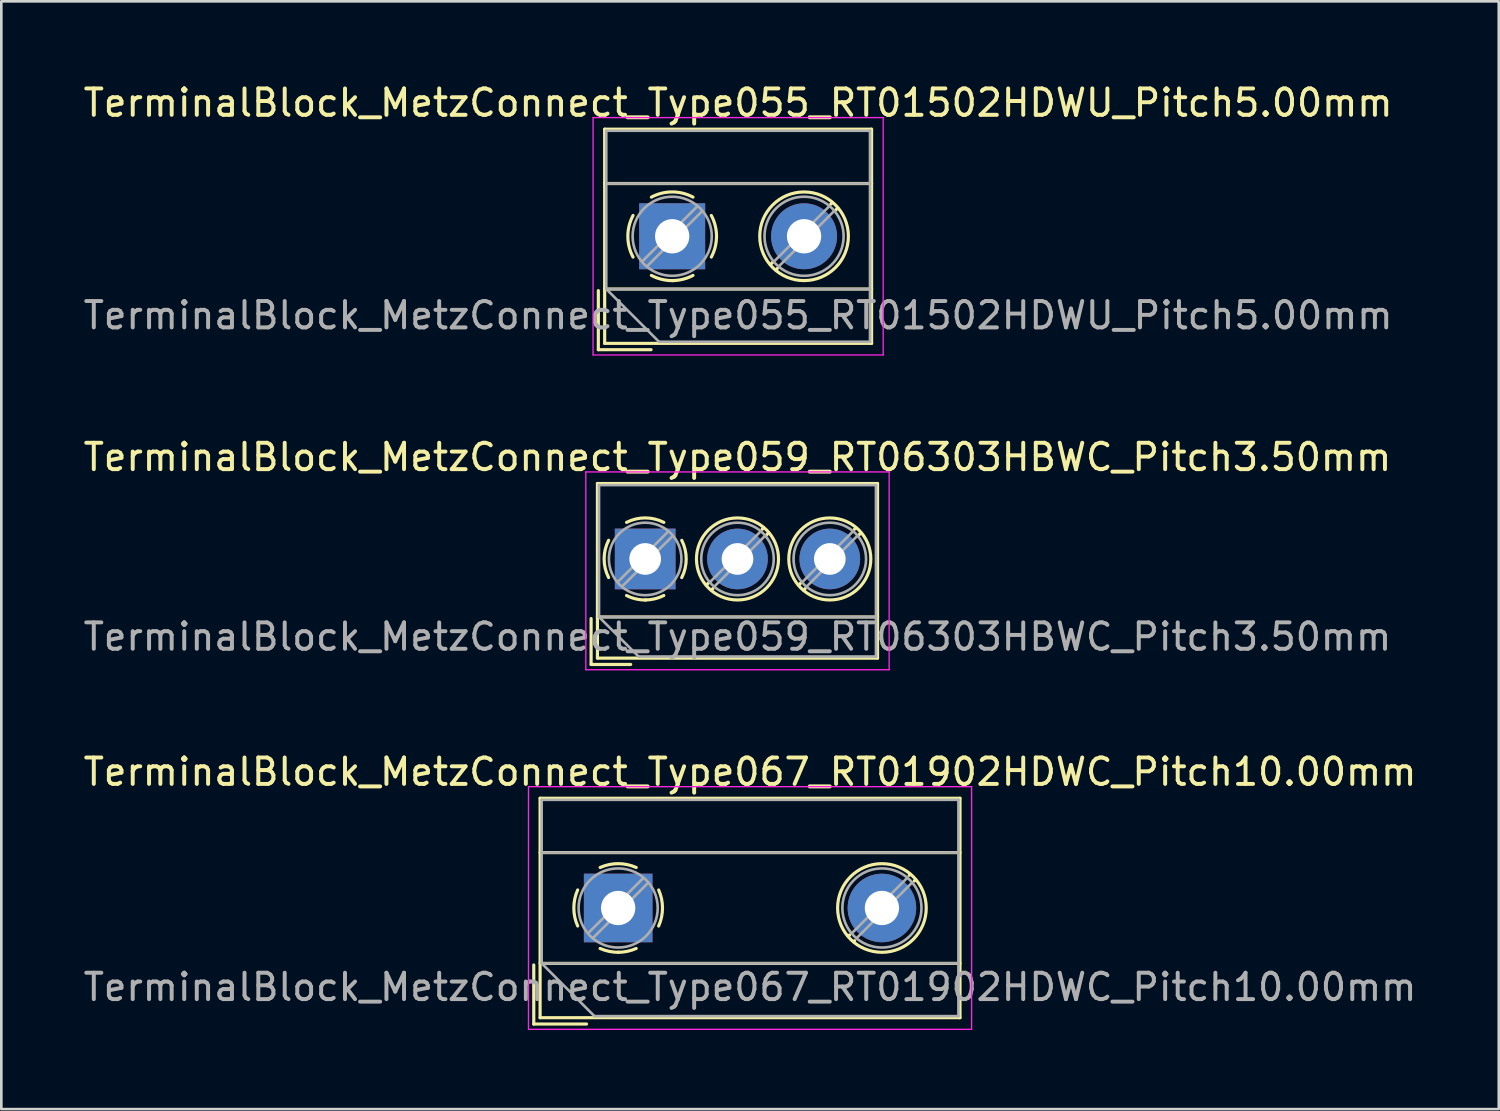
<source format=kicad_pcb>
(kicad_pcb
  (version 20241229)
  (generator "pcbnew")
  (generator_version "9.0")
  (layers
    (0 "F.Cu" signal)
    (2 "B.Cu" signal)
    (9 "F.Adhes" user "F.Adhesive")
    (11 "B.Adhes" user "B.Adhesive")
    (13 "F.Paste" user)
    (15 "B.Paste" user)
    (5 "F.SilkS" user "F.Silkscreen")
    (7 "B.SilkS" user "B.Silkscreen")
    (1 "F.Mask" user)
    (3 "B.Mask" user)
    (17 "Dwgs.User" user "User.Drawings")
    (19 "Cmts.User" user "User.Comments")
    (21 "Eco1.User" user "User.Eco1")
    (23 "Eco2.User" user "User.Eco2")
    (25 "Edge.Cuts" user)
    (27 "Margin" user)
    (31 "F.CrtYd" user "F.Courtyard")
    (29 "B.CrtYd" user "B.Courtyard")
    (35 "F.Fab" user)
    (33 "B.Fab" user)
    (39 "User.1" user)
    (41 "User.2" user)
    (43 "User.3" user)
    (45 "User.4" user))
  (footprint "TerminalBlock_MetzConnect_Type055_RT01502HDWU_Pitch5.00mm"
    (layer "F.Cu")
    (at 22.435 5.908)
    (property "Reference" "TerminalBlock_MetzConnect_Type055_RT01502HDWU_Pitch5.00mm" (at 2.5 -5.06 0) (layer "F.SilkS") (effects (font (size 1 1) (thickness 0.15))))
    (attr through_hole)
    (fp_line (start -2.8 2.06) (end -2.8 4.3) (stroke (width 0.12) (type solid)) (layer "F.SilkS"))
    (fp_line (start -2.8 4.3) (end -0.8 4.3) (stroke (width 0.12) (type solid)) (layer "F.SilkS"))
    (fp_line (start -2.56 -4.06) (end -2.56 4.06) (stroke (width 0.12) (type solid)) (layer "F.SilkS"))
    (fp_line (start -2.56 -2) (end 7.56 -2) (stroke (width 0.12) (type solid)) (layer "F.SilkS"))
    (fp_line (start -2.56 2) (end 7.56 2) (stroke (width 0.12) (type solid)) (layer "F.SilkS"))
    (fp_line (start -2.56 4.06) (end 7.56 4.06) (stroke (width 0.12) (type solid)) (layer "F.SilkS"))
    (fp_line (start 3.82 0.976) (end 3.726 1.069) (stroke (width 0.12) (type solid)) (layer "F.SilkS"))
    (fp_line (start 3.99 1.216) (end 3.931 1.274) (stroke (width 0.12) (type solid)) (layer "F.SilkS"))
    (fp_line (start 6.07 -1.275) (end 6.011 -1.216) (stroke (width 0.12) (type solid)) (layer "F.SilkS"))
    (fp_line (start 6.275 -1.069) (end 6.181 -0.976) (stroke (width 0.12) (type solid)) (layer "F.SilkS"))
    (fp_line (start 7.56 -4.06) (end -2.56 -4.06) (stroke (width 0.12) (type solid)) (layer "F.SilkS"))
    (fp_line (start 7.56 4.06) (end 7.56 -4.06) (stroke (width 0.12) (type solid)) (layer "F.SilkS"))
    (fp_arc (start -1.483953 0.789089) (mid -1.680708 0.00005) (end -1.484 -0.789) (stroke (width 0.12) (type solid)) (layer "F.SilkS"))
    (fp_arc (start -0.789089 -1.483953) (mid -0.00005 -1.680708) (end 0.789 -1.484) (stroke (width 0.12) (type solid)) (layer "F.SilkS"))
    (fp_arc (start 0.029383 1.68045) (mid -0.392304 1.634281) (end -0.789 1.484) (stroke (width 0.12) (type solid)) (layer "F.SilkS"))
    (fp_arc (start 0.788712 1.483352) (mid 0.406429 1.630097) (end 0 1.68) (stroke (width 0.12) (type solid)) (layer "F.SilkS"))
    (fp_arc (start 1.483953 -0.789089) (mid 1.680708 -0.00005) (end 1.484 0.789) (stroke (width 0.12) (type solid)) (layer "F.SilkS"))
    (fp_circle (center 5 0) (end 6.68 0) (stroke (width 0.12) (type solid)) (fill no) (layer "F.SilkS"))
    (fp_line (start -3 -4.5) (end -3 4.5) (stroke (width 0.05) (type solid)) (layer "F.CrtYd"))
    (fp_line (start -3 4.5) (end 8 4.5) (stroke (width 0.05) (type solid)) (layer "F.CrtYd"))
    (fp_line (start 8 -4.5) (end -3 -4.5) (stroke (width 0.05) (type solid)) (layer "F.CrtYd"))
    (fp_line (start 8 4.5) (end 8 -4.5) (stroke (width 0.05) (type solid)) (layer "F.CrtYd"))
    (fp_line (start -2.5 -4) (end 7.5 -4) (stroke (width 0.1) (type solid)) (layer "F.Fab"))
    (fp_line (start -2.5 -2) (end 7.5 -2) (stroke (width 0.1) (type solid)) (layer "F.Fab"))
    (fp_line (start -2.5 2) (end -2.5 -4) (stroke (width 0.1) (type solid)) (layer "F.Fab"))
    (fp_line (start -2.5 2) (end 7.5 2) (stroke (width 0.1) (type solid)) (layer "F.Fab"))
    (fp_line (start -0.5 4) (end -2.5 2) (stroke (width 0.1) (type solid)) (layer "F.Fab"))
    (fp_line (start 0.955 -1.138) (end -1.138 0.955) (stroke (width 0.1) (type solid)) (layer "F.Fab"))
    (fp_line (start 1.138 -0.955) (end -0.955 1.138) (stroke (width 0.1) (type solid)) (layer "F.Fab"))
    (fp_line (start 5.955 -1.138) (end 3.863 0.955) (stroke (width 0.1) (type solid)) (layer "F.Fab"))
    (fp_line (start 6.138 -0.955) (end 4.046 1.138) (stroke (width 0.1) (type solid)) (layer "F.Fab"))
    (fp_line (start 7.5 -4) (end 7.5 4) (stroke (width 0.1) (type solid)) (layer "F.Fab"))
    (fp_line (start 7.5 4) (end -0.5 4) (stroke (width 0.1) (type solid)) (layer "F.Fab"))
    (fp_circle (center 0 0) (end 1.5 0) (stroke (width 0.1) (type solid)) (fill no) (layer "F.Fab"))
    (fp_circle (center 5 0) (end 6.5 0) (stroke (width 0.1) (type solid)) (fill no) (layer "F.Fab"))
    (fp_text user "${REFERENCE}" (at 2.5 3 0) (layer "F.Fab") (effects (font (size 1 1) (thickness 0.15))))
    (pad "1" thru_hole rect (at 0 0) (size 2.5 2.5) (drill 1.3) (layers "*.Cu" "*.Mask"))
    (pad "2" thru_hole circle (at 5 0) (size 2.5 2.5) (drill 1.3) (layers "*.Cu" "*.Mask")))
  (footprint "TerminalBlock_MetzConnect_Type059_RT06303HBWC_Pitch3.50mm"
    (layer "F.Cu")
    (at 21.411 18.142)
    (property "Reference" "TerminalBlock_MetzConnect_Type059_RT06303HBWC_Pitch3.50mm" (at 3.5 -3.86 0) (layer "F.SilkS") (effects (font (size 1 1) (thickness 0.15))))
    (attr through_hole)
    (fp_line (start -2.05 2.26) (end -2.05 4) (stroke (width 0.12) (type solid)) (layer "F.SilkS"))
    (fp_line (start -2.05 4) (end -0.55 4) (stroke (width 0.12) (type solid)) (layer "F.SilkS"))
    (fp_line (start -1.81 -2.86) (end -1.81 3.76) (stroke (width 0.12) (type solid)) (layer "F.SilkS"))
    (fp_line (start -1.81 2.2) (end 8.81 2.2) (stroke (width 0.12) (type solid)) (layer "F.SilkS"))
    (fp_line (start -1.81 3.76) (end 8.81 3.76) (stroke (width 0.12) (type solid)) (layer "F.SilkS"))
    (fp_line (start 2.397 0.914) (end 2.321 0.99) (stroke (width 0.12) (type solid)) (layer "F.SilkS"))
    (fp_line (start 2.565 1.125) (end 2.511 1.18) (stroke (width 0.12) (type solid)) (layer "F.SilkS"))
    (fp_line (start 4.49 -1.18) (end 4.436 -1.126) (stroke (width 0.12) (type solid)) (layer "F.SilkS"))
    (fp_line (start 4.68 -0.99) (end 4.604 -0.914) (stroke (width 0.12) (type solid)) (layer "F.SilkS"))
    (fp_line (start 5.897 0.914) (end 5.821 0.99) (stroke (width 0.12) (type solid)) (layer "F.SilkS"))
    (fp_line (start 6.065 1.125) (end 6.011 1.18) (stroke (width 0.12) (type solid)) (layer "F.SilkS"))
    (fp_line (start 7.99 -1.18) (end 7.936 -1.126) (stroke (width 0.12) (type solid)) (layer "F.SilkS"))
    (fp_line (start 8.18 -0.99) (end 8.104 -0.914) (stroke (width 0.12) (type solid)) (layer "F.SilkS"))
    (fp_line (start 8.81 -2.86) (end -1.81 -2.86) (stroke (width 0.12) (type solid)) (layer "F.SilkS"))
    (fp_line (start 8.81 3.76) (end 8.81 -2.86) (stroke (width 0.12) (type solid)) (layer "F.SilkS"))
    (fp_arc (start -1.386645 0.705733) (mid -1.555906 -0.000711) (end -1.386 -0.707) (stroke (width 0.12) (type solid)) (layer "F.SilkS"))
    (fp_arc (start -0.705733 -1.386645) (mid 0.000711 -1.555906) (end 0.707 -1.386) (stroke (width 0.12) (type solid)) (layer "F.SilkS"))
    (fp_arc (start 0.026444 1.555682) (mid -0.350695 1.515869) (end -0.707 1.386) (stroke (width 0.12) (type solid)) (layer "F.SilkS"))
    (fp_arc (start 0.705955 1.385515) (mid 0.363007 1.512035) (end 0 1.555) (stroke (width 0.12) (type solid)) (layer "F.SilkS"))
    (fp_arc (start 1.386645 -0.705733) (mid 1.555906 0.000711) (end 1.386 0.707) (stroke (width 0.12) (type solid)) (layer "F.SilkS"))
    (fp_circle (center 3.5 0) (end 5.055 0) (stroke (width 0.12) (type solid)) (fill no) (layer "F.SilkS"))
    (fp_circle (center 7 0) (end 8.555 0) (stroke (width 0.12) (type solid)) (fill no) (layer "F.SilkS"))
    (fp_line (start -2.25 -3.3) (end -2.25 4.2) (stroke (width 0.05) (type solid)) (layer "F.CrtYd"))
    (fp_line (start -2.25 4.2) (end 9.25 4.2) (stroke (width 0.05) (type solid)) (layer "F.CrtYd"))
    (fp_line (start 9.25 -3.3) (end -2.25 -3.3) (stroke (width 0.05) (type solid)) (layer "F.CrtYd"))
    (fp_line (start 9.25 4.2) (end 9.25 -3.3) (stroke (width 0.05) (type solid)) (layer "F.CrtYd"))
    (fp_line (start -1.75 -2.8) (end 8.75 -2.8) (stroke (width 0.1) (type solid)) (layer "F.Fab"))
    (fp_line (start -1.75 2.2) (end -1.75 -2.8) (stroke (width 0.1) (type solid)) (layer "F.Fab"))
    (fp_line (start -1.75 2.2) (end 8.75 2.2) (stroke (width 0.1) (type solid)) (layer "F.Fab"))
    (fp_line (start -0.25 3.7) (end -1.75 2.2) (stroke (width 0.1) (type solid)) (layer "F.Fab"))
    (fp_line (start 0.876 -1.043) (end -1.043 0.875) (stroke (width 0.1) (type solid)) (layer "F.Fab"))
    (fp_line (start 1.043 -0.875) (end -0.876 1.043) (stroke (width 0.1) (type solid)) (layer "F.Fab"))
    (fp_line (start 4.376 -1.043) (end 2.458 0.875) (stroke (width 0.1) (type solid)) (layer "F.Fab"))
    (fp_line (start 4.543 -0.875) (end 2.625 1.043) (stroke (width 0.1) (type solid)) (layer "F.Fab"))
    (fp_line (start 7.876 -1.043) (end 5.958 0.875) (stroke (width 0.1) (type solid)) (layer "F.Fab"))
    (fp_line (start 8.043 -0.875) (end 6.125 1.043) (stroke (width 0.1) (type solid)) (layer "F.Fab"))
    (fp_line (start 8.75 -2.8) (end 8.75 3.7) (stroke (width 0.1) (type solid)) (layer "F.Fab"))
    (fp_line (start 8.75 3.7) (end -0.25 3.7) (stroke (width 0.1) (type solid)) (layer "F.Fab"))
    (fp_circle (center 0 0) (end 1.375 0) (stroke (width 0.1) (type solid)) (fill no) (layer "F.Fab"))
    (fp_circle (center 3.5 0) (end 4.875 0) (stroke (width 0.1) (type solid)) (fill no) (layer "F.Fab"))
    (fp_circle (center 7 0) (end 8.375 0) (stroke (width 0.1) (type solid)) (fill no) (layer "F.Fab"))
    (fp_text user "${REFERENCE}" (at 3.5 2.95 0) (layer "F.Fab") (effects (font (size 1 1) (thickness 0.15))))
    (pad "1" thru_hole rect (at 0 0) (size 2.3 2.3) (drill 1.2) (layers "*.Cu" "*.Mask"))
    (pad "2" thru_hole circle (at 3.5 0) (size 2.3 2.3) (drill 1.2) (layers "*.Cu" "*.Mask"))
    (pad "3" thru_hole circle (at 7 0) (size 2.3 2.3) (drill 1.2) (layers "*.Cu" "*.Mask")))
  (footprint "TerminalBlock_MetzConnect_Type067_RT01902HDWC_Pitch10.00mm"
    (layer "F.Cu")
    (at 20.387 31.375)
    (property "Reference" "TerminalBlock_MetzConnect_Type067_RT01902HDWC_Pitch10.00mm" (at 5 -5.16 0) (layer "F.SilkS") (effects (font (size 1 1) (thickness 0.15))))
    (attr through_hole)
    (fp_line (start -3.2 2.16) (end -3.2 4.4) (stroke (width 0.12) (type solid)) (layer "F.SilkS"))
    (fp_line (start -3.2 4.4) (end -1.2 4.4) (stroke (width 0.12) (type solid)) (layer "F.SilkS"))
    (fp_line (start -2.96 -4.16) (end -2.96 4.16) (stroke (width 0.12) (type solid)) (layer "F.SilkS"))
    (fp_line (start -2.96 -2.1) (end 12.96 -2.1) (stroke (width 0.12) (type solid)) (layer "F.SilkS"))
    (fp_line (start -2.96 2.1) (end 12.96 2.1) (stroke (width 0.12) (type solid)) (layer "F.SilkS"))
    (fp_line (start -2.96 4.16) (end 12.96 4.16) (stroke (width 0.12) (type solid)) (layer "F.SilkS"))
    (fp_line (start 8.773 1.023) (end 8.726 1.069) (stroke (width 0.12) (type solid)) (layer "F.SilkS"))
    (fp_line (start 8.966 1.239) (end 8.931 1.274) (stroke (width 0.12) (type solid)) (layer "F.SilkS"))
    (fp_line (start 11.07 -1.275) (end 11.035 -1.239) (stroke (width 0.12) (type solid)) (layer "F.SilkS"))
    (fp_line (start 11.275 -1.069) (end 11.228 -1.023) (stroke (width 0.12) (type solid)) (layer "F.SilkS"))
    (fp_line (start 12.96 -4.16) (end -2.96 -4.16) (stroke (width 0.12) (type solid)) (layer "F.SilkS"))
    (fp_line (start 12.96 4.16) (end 12.96 -4.16) (stroke (width 0.12) (type solid)) (layer "F.SilkS"))
    (fp_arc (start -1.535427 0.683042) (mid -1.680501 -0.000524) (end -1.535 -0.684) (stroke (width 0.12) (type solid)) (layer "F.SilkS"))
    (fp_arc (start -0.683042 -1.535427) (mid 0.000524 -1.680501) (end 0.684 -1.535) (stroke (width 0.12) (type solid)) (layer "F.SilkS"))
    (fp_arc (start 0.028805 1.680253) (mid -0.335551 1.646659) (end -0.684 1.535) (stroke (width 0.12) (type solid)) (layer "F.SilkS"))
    (fp_arc (start 0.683318 1.534756) (mid 0.349292 1.643288) (end 0 1.68) (stroke (width 0.12) (type solid)) (layer "F.SilkS"))
    (fp_arc (start 1.535427 -0.683042) (mid 1.680501 0.000524) (end 1.535 0.684) (stroke (width 0.12) (type solid)) (layer "F.SilkS"))
    (fp_circle (center 10 0) (end 11.68 0) (stroke (width 0.12) (type solid)) (fill no) (layer "F.SilkS"))
    (fp_line (start -3.4 -4.6) (end -3.4 4.6) (stroke (width 0.05) (type solid)) (layer "F.CrtYd"))
    (fp_line (start -3.4 4.6) (end 13.4 4.6) (stroke (width 0.05) (type solid)) (layer "F.CrtYd"))
    (fp_line (start 13.4 -4.6) (end -3.4 -4.6) (stroke (width 0.05) (type solid)) (layer "F.CrtYd"))
    (fp_line (start 13.4 4.6) (end 13.4 -4.6) (stroke (width 0.05) (type solid)) (layer "F.CrtYd"))
    (fp_line (start -2.9 -4.1) (end 12.9 -4.1) (stroke (width 0.1) (type solid)) (layer "F.Fab"))
    (fp_line (start -2.9 -2.1) (end 12.9 -2.1) (stroke (width 0.1) (type solid)) (layer "F.Fab"))
    (fp_line (start -2.9 2.1) (end -2.9 -4.1) (stroke (width 0.1) (type solid)) (layer "F.Fab"))
    (fp_line (start -2.9 2.1) (end 12.9 2.1) (stroke (width 0.1) (type solid)) (layer "F.Fab"))
    (fp_line (start -0.9 4.1) (end -2.9 2.1) (stroke (width 0.1) (type solid)) (layer "F.Fab"))
    (fp_line (start 0.955 -1.138) (end -1.138 0.955) (stroke (width 0.1) (type solid)) (layer "F.Fab"))
    (fp_line (start 1.138 -0.955) (end -0.955 1.138) (stroke (width 0.1) (type solid)) (layer "F.Fab"))
    (fp_line (start 10.955 -1.138) (end 8.863 0.955) (stroke (width 0.1) (type solid)) (layer "F.Fab"))
    (fp_line (start 11.138 -0.955) (end 9.046 1.138) (stroke (width 0.1) (type solid)) (layer "F.Fab"))
    (fp_line (start 12.9 -4.1) (end 12.9 4.1) (stroke (width 0.1) (type solid)) (layer "F.Fab"))
    (fp_line (start 12.9 4.1) (end -0.9 4.1) (stroke (width 0.1) (type solid)) (layer "F.Fab"))
    (fp_circle (center 0 0) (end 1.5 0) (stroke (width 0.1) (type solid)) (fill no) (layer "F.Fab"))
    (fp_circle (center 10 0) (end 11.5 0) (stroke (width 0.1) (type solid)) (fill no) (layer "F.Fab"))
    (fp_text user "${REFERENCE}" (at 5 3 0) (layer "F.Fab") (effects (font (size 1 1) (thickness 0.15))))
    (pad "1" thru_hole rect (at 0 0) (size 2.6 2.6) (drill 1.3) (layers "*.Cu" "*.Mask"))
    (pad "2" thru_hole circle (at 10 0) (size 2.6 2.6) (drill 1.3) (layers "*.Cu" "*.Mask")))
  (gr_rect
    (start -3 -3)
    (end 53.774 39)
    (stroke (width 0.1) (type default))
    (fill no)
    (layer "Edge.Cuts")))
</source>
